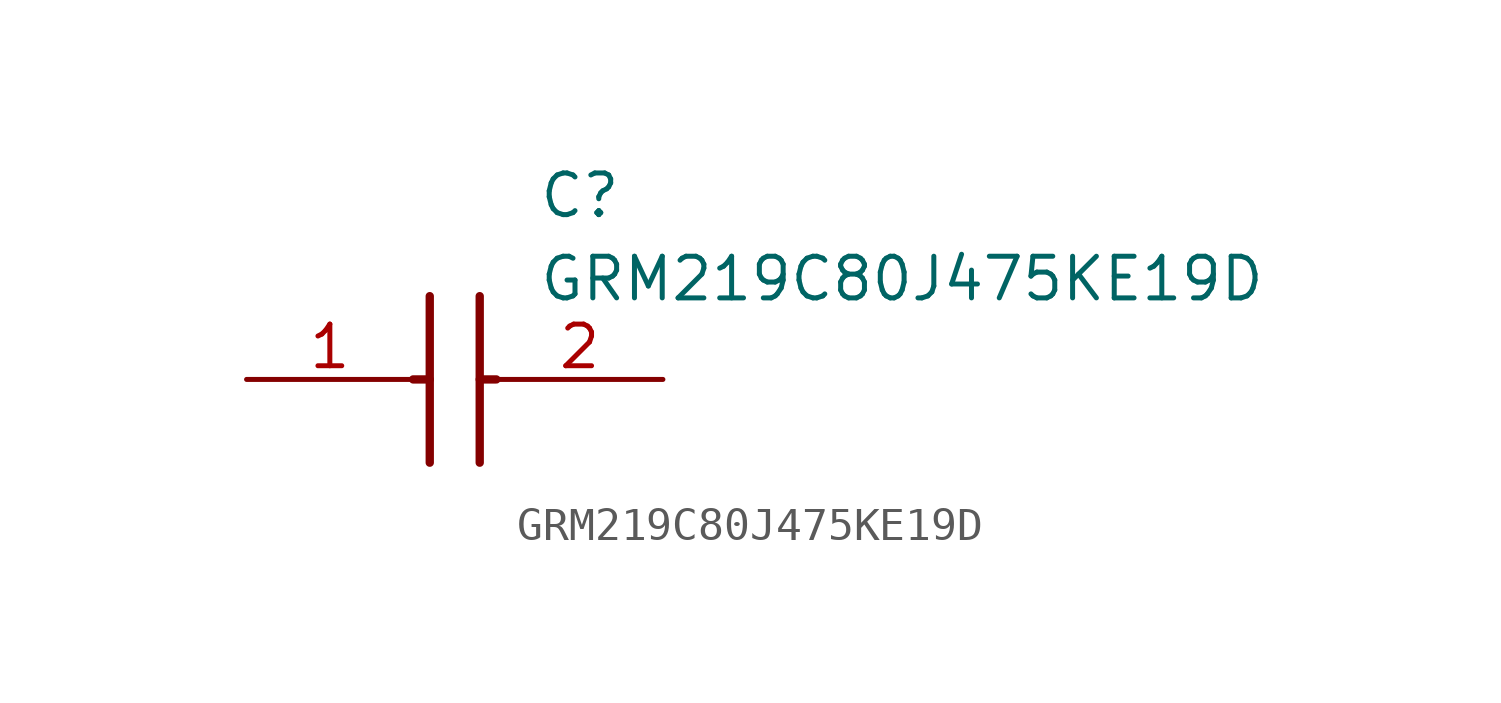
<source format=kicad_sym>
(kicad_symbol_lib
  (version 20211014)
  (generator SamacSys_ECAD_Model)
  (symbol "GRM219C80J475KE19D"
    (pin_names hide)
    (property "Reference" "C"
      (at 8.89 6.35 0)
      (effects (font (size 1.27 1.27)) (justify left top)))
    (property "Value" "GRM219C80J475KE19D"
      (at 8.89 3.81 0)
      (effects (font (size 1.27 1.27)) (justify left top)))
    (polyline
      (pts (xy 5.588 2.54) (xy 5.588 -2.54))
      (stroke (width 0.254) (type default))
      (fill (type none)))
    (polyline
      (pts (xy 7.112 2.54) (xy 7.112 -2.54))
      (stroke (width 0.254) (type default))
      (fill (type none)))
    (polyline
      (pts (xy 5.08 0) (xy 5.588 0))
      (stroke (width 0.254) (type default))
      (fill (type none)))
    (polyline
      (pts (xy 7.112 0) (xy 7.62 0))
      (stroke (width 0.254) (type default))
      (fill (type none)))
    (pin passive line
      (at 0 0 0)
      (length 5.08)
      (name "1" (effects (font (size 1.27 1.27))))
      (number "1" (effects (font (size 1.27 1.27)))))
    (pin passive line
      (at 12.7 0 180)
      (length 5.08)
      (name "2" (effects (font (size 1.27 1.27))))
      (number "2" (effects (font (size 1.27 1.27)))))))
</source>
